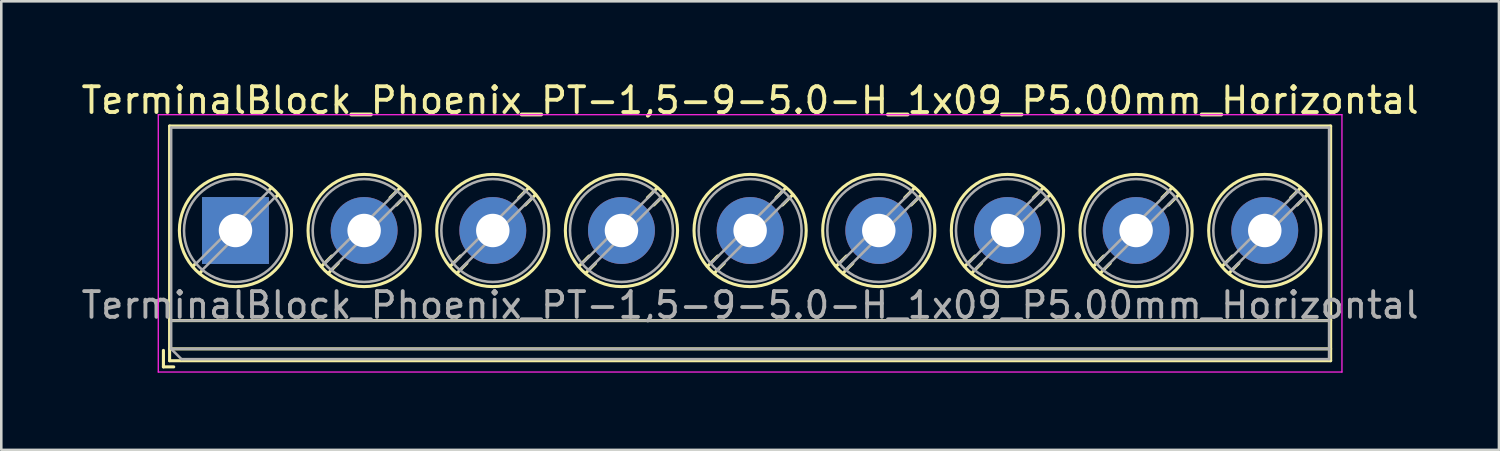
<source format=kicad_pcb>
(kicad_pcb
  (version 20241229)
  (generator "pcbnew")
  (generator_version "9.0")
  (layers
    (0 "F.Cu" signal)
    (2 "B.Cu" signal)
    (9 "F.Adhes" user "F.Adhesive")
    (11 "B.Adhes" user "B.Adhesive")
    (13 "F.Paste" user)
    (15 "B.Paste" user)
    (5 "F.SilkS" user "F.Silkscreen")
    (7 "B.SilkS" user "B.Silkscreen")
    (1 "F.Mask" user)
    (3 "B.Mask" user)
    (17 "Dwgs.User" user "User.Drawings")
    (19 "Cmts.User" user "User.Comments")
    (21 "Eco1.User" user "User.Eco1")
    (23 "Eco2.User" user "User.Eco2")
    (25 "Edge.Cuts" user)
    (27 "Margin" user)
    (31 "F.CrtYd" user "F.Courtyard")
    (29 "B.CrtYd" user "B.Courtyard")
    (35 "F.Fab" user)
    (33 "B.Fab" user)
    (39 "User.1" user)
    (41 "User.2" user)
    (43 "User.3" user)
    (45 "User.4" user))
  (footprint "TerminalBlock_Phoenix_PT-1,5-9-5.0-H_1x09_P5.00mm_Horizontal"
    (layer "F.Cu")
    (at 6.101 5.908)
    (property "Reference" "TerminalBlock_Phoenix_PT-1,5-9-5.0-H_1x09_P5.00mm_Horizontal" (at 20 -5.06 0) (layer "F.SilkS") (effects (font (size 1 1) (thickness 0.15))))
    (attr through_hole)
    (fp_line (start -2.8 4.66) (end -2.8 5.3) (stroke (width 0.12) (type solid)) (layer "F.SilkS"))
    (fp_line (start -2.8 5.3) (end -2.4 5.3) (stroke (width 0.12) (type solid)) (layer "F.SilkS"))
    (fp_line (start -2.56 -4.06) (end -2.56 5.06) (stroke (width 0.12) (type solid)) (layer "F.SilkS"))
    (fp_line (start -2.56 -4.06) (end 42.56 -4.06) (stroke (width 0.12) (type solid)) (layer "F.SilkS"))
    (fp_line (start -2.56 3.5) (end 42.56 3.5) (stroke (width 0.12) (type solid)) (layer "F.SilkS"))
    (fp_line (start -2.56 4.6) (end 42.56 4.6) (stroke (width 0.12) (type solid)) (layer "F.SilkS"))
    (fp_line (start -2.56 5.06) (end 42.56 5.06) (stroke (width 0.12) (type solid)) (layer "F.SilkS"))
    (fp_line (start -1.548 1.281) (end -1.654 1.388) (stroke (width 0.12) (type solid)) (layer "F.SilkS"))
    (fp_line (start -1.282 1.547) (end -1.388 1.654) (stroke (width 0.12) (type solid)) (layer "F.SilkS"))
    (fp_line (start 1.388 -1.654) (end 1.281 -1.547) (stroke (width 0.12) (type solid)) (layer "F.SilkS"))
    (fp_line (start 1.654 -1.388) (end 1.547 -1.281) (stroke (width 0.12) (type solid)) (layer "F.SilkS"))
    (fp_line (start 3.742 0.992) (end 3.347 1.388) (stroke (width 0.12) (type solid)) (layer "F.SilkS"))
    (fp_line (start 3.993 1.274) (end 3.613 1.654) (stroke (width 0.12) (type solid)) (layer "F.SilkS"))
    (fp_line (start 6.388 -1.654) (end 6.008 -1.274) (stroke (width 0.12) (type solid)) (layer "F.SilkS"))
    (fp_line (start 6.654 -1.388) (end 6.259 -0.992) (stroke (width 0.12) (type solid)) (layer "F.SilkS"))
    (fp_line (start 8.742 0.992) (end 8.347 1.388) (stroke (width 0.12) (type solid)) (layer "F.SilkS"))
    (fp_line (start 8.993 1.274) (end 8.613 1.654) (stroke (width 0.12) (type solid)) (layer "F.SilkS"))
    (fp_line (start 11.388 -1.654) (end 11.008 -1.274) (stroke (width 0.12) (type solid)) (layer "F.SilkS"))
    (fp_line (start 11.654 -1.388) (end 11.259 -0.992) (stroke (width 0.12) (type solid)) (layer "F.SilkS"))
    (fp_line (start 13.742 0.992) (end 13.347 1.388) (stroke (width 0.12) (type solid)) (layer "F.SilkS"))
    (fp_line (start 13.993 1.274) (end 13.613 1.654) (stroke (width 0.12) (type solid)) (layer "F.SilkS"))
    (fp_line (start 16.388 -1.654) (end 16.008 -1.274) (stroke (width 0.12) (type solid)) (layer "F.SilkS"))
    (fp_line (start 16.654 -1.388) (end 16.259 -0.992) (stroke (width 0.12) (type solid)) (layer "F.SilkS"))
    (fp_line (start 18.742 0.992) (end 18.347 1.388) (stroke (width 0.12) (type solid)) (layer "F.SilkS"))
    (fp_line (start 18.993 1.274) (end 18.613 1.654) (stroke (width 0.12) (type solid)) (layer "F.SilkS"))
    (fp_line (start 21.388 -1.654) (end 21.008 -1.274) (stroke (width 0.12) (type solid)) (layer "F.SilkS"))
    (fp_line (start 21.654 -1.388) (end 21.259 -0.992) (stroke (width 0.12) (type solid)) (layer "F.SilkS"))
    (fp_line (start 23.742 0.992) (end 23.347 1.388) (stroke (width 0.12) (type solid)) (layer "F.SilkS"))
    (fp_line (start 23.993 1.274) (end 23.613 1.654) (stroke (width 0.12) (type solid)) (layer "F.SilkS"))
    (fp_line (start 26.388 -1.654) (end 26.008 -1.274) (stroke (width 0.12) (type solid)) (layer "F.SilkS"))
    (fp_line (start 26.654 -1.388) (end 26.259 -0.992) (stroke (width 0.12) (type solid)) (layer "F.SilkS"))
    (fp_line (start 28.742 0.992) (end 28.347 1.388) (stroke (width 0.12) (type solid)) (layer "F.SilkS"))
    (fp_line (start 28.993 1.274) (end 28.613 1.654) (stroke (width 0.12) (type solid)) (layer "F.SilkS"))
    (fp_line (start 31.388 -1.654) (end 31.008 -1.274) (stroke (width 0.12) (type solid)) (layer "F.SilkS"))
    (fp_line (start 31.654 -1.388) (end 31.259 -0.992) (stroke (width 0.12) (type solid)) (layer "F.SilkS"))
    (fp_line (start 33.742 0.992) (end 33.347 1.388) (stroke (width 0.12) (type solid)) (layer "F.SilkS"))
    (fp_line (start 33.993 1.274) (end 33.613 1.654) (stroke (width 0.12) (type solid)) (layer "F.SilkS"))
    (fp_line (start 36.388 -1.654) (end 36.008 -1.274) (stroke (width 0.12) (type solid)) (layer "F.SilkS"))
    (fp_line (start 36.654 -1.388) (end 36.259 -0.992) (stroke (width 0.12) (type solid)) (layer "F.SilkS"))
    (fp_line (start 38.742 0.992) (end 38.347 1.388) (stroke (width 0.12) (type solid)) (layer "F.SilkS"))
    (fp_line (start 38.993 1.274) (end 38.613 1.654) (stroke (width 0.12) (type solid)) (layer "F.SilkS"))
    (fp_line (start 41.388 -1.654) (end 41.008 -1.274) (stroke (width 0.12) (type solid)) (layer "F.SilkS"))
    (fp_line (start 41.654 -1.388) (end 41.259 -0.992) (stroke (width 0.12) (type solid)) (layer "F.SilkS"))
    (fp_line (start 42.56 -4.06) (end 42.56 5.06) (stroke (width 0.12) (type solid)) (layer "F.SilkS"))
    (fp_circle (center 0 0) (end 2.18 0) (stroke (width 0.12) (type solid)) (fill no) (layer "F.SilkS"))
    (fp_circle (center 5 0) (end 7.18 0) (stroke (width 0.12) (type solid)) (fill no) (layer "F.SilkS"))
    (fp_circle (center 10 0) (end 12.18 0) (stroke (width 0.12) (type solid)) (fill no) (layer "F.SilkS"))
    (fp_circle (center 15 0) (end 17.18 0) (stroke (width 0.12) (type solid)) (fill no) (layer "F.SilkS"))
    (fp_circle (center 20 0) (end 22.18 0) (stroke (width 0.12) (type solid)) (fill no) (layer "F.SilkS"))
    (fp_circle (center 25 0) (end 27.18 0) (stroke (width 0.12) (type solid)) (fill no) (layer "F.SilkS"))
    (fp_circle (center 30 0) (end 32.18 0) (stroke (width 0.12) (type solid)) (fill no) (layer "F.SilkS"))
    (fp_circle (center 35 0) (end 37.18 0) (stroke (width 0.12) (type solid)) (fill no) (layer "F.SilkS"))
    (fp_circle (center 40 0) (end 42.18 0) (stroke (width 0.12) (type solid)) (fill no) (layer "F.SilkS"))
    (fp_line (start -3 -4.5) (end -3 5.5) (stroke (width 0.05) (type solid)) (layer "F.CrtYd"))
    (fp_line (start -3 5.5) (end 43 5.5) (stroke (width 0.05) (type solid)) (layer "F.CrtYd"))
    (fp_line (start 43 -4.5) (end -3 -4.5) (stroke (width 0.05) (type solid)) (layer "F.CrtYd"))
    (fp_line (start 43 5.5) (end 43 -4.5) (stroke (width 0.05) (type solid)) (layer "F.CrtYd"))
    (fp_line (start -2.5 -4) (end 42.5 -4) (stroke (width 0.1) (type solid)) (layer "F.Fab"))
    (fp_line (start -2.5 3.5) (end 42.5 3.5) (stroke (width 0.1) (type solid)) (layer "F.Fab"))
    (fp_line (start -2.5 4.6) (end -2.5 -4) (stroke (width 0.1) (type solid)) (layer "F.Fab"))
    (fp_line (start -2.5 4.6) (end 42.5 4.6) (stroke (width 0.1) (type solid)) (layer "F.Fab"))
    (fp_line (start -2.1 5) (end -2.5 4.6) (stroke (width 0.1) (type solid)) (layer "F.Fab"))
    (fp_line (start 1.273 -1.517) (end -1.517 1.273) (stroke (width 0.1) (type solid)) (layer "F.Fab"))
    (fp_line (start 1.517 -1.273) (end -1.273 1.517) (stroke (width 0.1) (type solid)) (layer "F.Fab"))
    (fp_line (start 6.273 -1.517) (end 3.484 1.273) (stroke (width 0.1) (type solid)) (layer "F.Fab"))
    (fp_line (start 6.517 -1.273) (end 3.728 1.517) (stroke (width 0.1) (type solid)) (layer "F.Fab"))
    (fp_line (start 11.273 -1.517) (end 8.484 1.273) (stroke (width 0.1) (type solid)) (layer "F.Fab"))
    (fp_line (start 11.517 -1.273) (end 8.728 1.517) (stroke (width 0.1) (type solid)) (layer "F.Fab"))
    (fp_line (start 16.273 -1.517) (end 13.484 1.273) (stroke (width 0.1) (type solid)) (layer "F.Fab"))
    (fp_line (start 16.517 -1.273) (end 13.728 1.517) (stroke (width 0.1) (type solid)) (layer "F.Fab"))
    (fp_line (start 21.273 -1.517) (end 18.484 1.273) (stroke (width 0.1) (type solid)) (layer "F.Fab"))
    (fp_line (start 21.517 -1.273) (end 18.728 1.517) (stroke (width 0.1) (type solid)) (layer "F.Fab"))
    (fp_line (start 26.273 -1.517) (end 23.484 1.273) (stroke (width 0.1) (type solid)) (layer "F.Fab"))
    (fp_line (start 26.517 -1.273) (end 23.728 1.517) (stroke (width 0.1) (type solid)) (layer "F.Fab"))
    (fp_line (start 31.273 -1.517) (end 28.484 1.273) (stroke (width 0.1) (type solid)) (layer "F.Fab"))
    (fp_line (start 31.517 -1.273) (end 28.728 1.517) (stroke (width 0.1) (type solid)) (layer "F.Fab"))
    (fp_line (start 36.273 -1.517) (end 33.484 1.273) (stroke (width 0.1) (type solid)) (layer "F.Fab"))
    (fp_line (start 36.517 -1.273) (end 33.728 1.517) (stroke (width 0.1) (type solid)) (layer "F.Fab"))
    (fp_line (start 41.273 -1.517) (end 38.484 1.273) (stroke (width 0.1) (type solid)) (layer "F.Fab"))
    (fp_line (start 41.517 -1.273) (end 38.728 1.517) (stroke (width 0.1) (type solid)) (layer "F.Fab"))
    (fp_line (start 42.5 -4) (end 42.5 5) (stroke (width 0.1) (type solid)) (layer "F.Fab"))
    (fp_line (start 42.5 5) (end -2.1 5) (stroke (width 0.1) (type solid)) (layer "F.Fab"))
    (fp_circle (center 0 0) (end 2 0) (stroke (width 0.1) (type solid)) (fill no) (layer "F.Fab"))
    (fp_circle (center 5 0) (end 7 0) (stroke (width 0.1) (type solid)) (fill no) (layer "F.Fab"))
    (fp_circle (center 10 0) (end 12 0) (stroke (width 0.1) (type solid)) (fill no) (layer "F.Fab"))
    (fp_circle (center 15 0) (end 17 0) (stroke (width 0.1) (type solid)) (fill no) (layer "F.Fab"))
    (fp_circle (center 20 0) (end 22 0) (stroke (width 0.1) (type solid)) (fill no) (layer "F.Fab"))
    (fp_circle (center 25 0) (end 27 0) (stroke (width 0.1) (type solid)) (fill no) (layer "F.Fab"))
    (fp_circle (center 30 0) (end 32 0) (stroke (width 0.1) (type solid)) (fill no) (layer "F.Fab"))
    (fp_circle (center 35 0) (end 37 0) (stroke (width 0.1) (type solid)) (fill no) (layer "F.Fab"))
    (fp_circle (center 40 0) (end 42 0) (stroke (width 0.1) (type solid)) (fill no) (layer "F.Fab"))
    (fp_text user "${REFERENCE}" (at 20 2.9 0) (layer "F.Fab") (effects (font (size 1 1) (thickness 0.15))))
    (pad "1" thru_hole rect (at 0 0) (size 2.6 2.6) (drill 1.3) (layers "*.Cu" "*.Mask"))
    (pad "2" thru_hole circle (at 5 0) (size 2.6 2.6) (drill 1.3) (layers "*.Cu" "*.Mask"))
    (pad "3" thru_hole circle (at 10 0) (size 2.6 2.6) (drill 1.3) (layers "*.Cu" "*.Mask"))
    (pad "4" thru_hole circle (at 15 0) (size 2.6 2.6) (drill 1.3) (layers "*.Cu" "*.Mask"))
    (pad "5" thru_hole circle (at 20 0) (size 2.6 2.6) (drill 1.3) (layers "*.Cu" "*.Mask"))
    (pad "6" thru_hole circle (at 25 0) (size 2.6 2.6) (drill 1.3) (layers "*.Cu" "*.Mask"))
    (pad "7" thru_hole circle (at 30 0) (size 2.6 2.6) (drill 1.3) (layers "*.Cu" "*.Mask"))
    (pad "8" thru_hole circle (at 35 0) (size 2.6 2.6) (drill 1.3) (layers "*.Cu" "*.Mask"))
    (pad "9" thru_hole circle (at 40 0) (size 2.6 2.6) (drill 1.3) (layers "*.Cu" "*.Mask")))
  (gr_rect
    (start -3 -3)
    (end 55.202 14.433)
    (stroke (width 0.1) (type default))
    (fill no)
    (layer "Edge.Cuts")))
</source>
